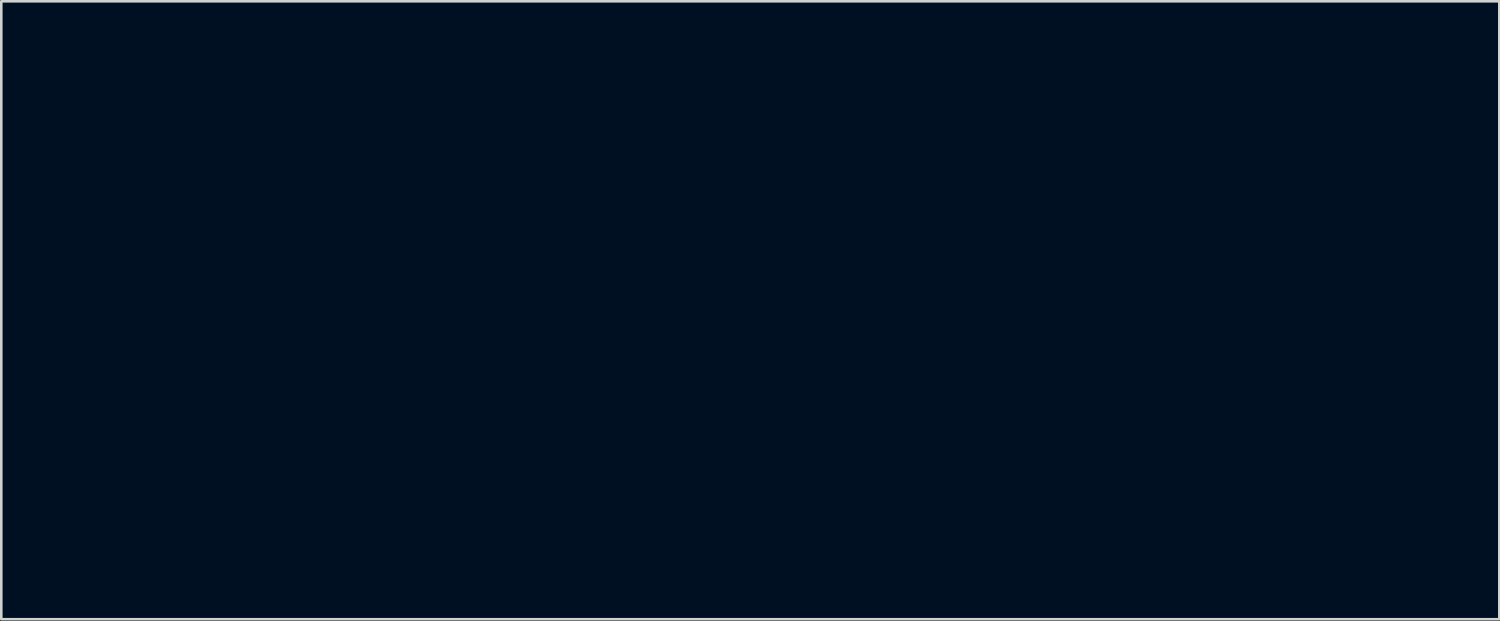
<source format=kicad_pcb>
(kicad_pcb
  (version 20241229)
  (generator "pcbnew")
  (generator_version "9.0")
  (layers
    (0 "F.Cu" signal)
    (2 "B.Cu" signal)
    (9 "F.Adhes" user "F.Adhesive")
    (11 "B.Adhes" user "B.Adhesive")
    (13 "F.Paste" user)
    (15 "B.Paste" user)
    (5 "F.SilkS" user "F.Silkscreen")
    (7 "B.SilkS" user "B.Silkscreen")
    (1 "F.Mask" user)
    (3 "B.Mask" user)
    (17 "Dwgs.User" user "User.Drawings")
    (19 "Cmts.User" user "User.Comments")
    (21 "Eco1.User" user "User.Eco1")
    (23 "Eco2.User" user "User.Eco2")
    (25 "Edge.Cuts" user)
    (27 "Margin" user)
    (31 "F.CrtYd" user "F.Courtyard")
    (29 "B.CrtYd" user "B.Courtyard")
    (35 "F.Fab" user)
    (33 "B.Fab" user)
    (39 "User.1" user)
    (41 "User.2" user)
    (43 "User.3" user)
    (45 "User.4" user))
  (footprint "love_5"
    (layer "F.Cu")
    (at 24.939 8.814)
    (property "Reference" "love_5" (at 0 0 0) (layer "F.Mask") (effects (font (size 1.524 1.524) (thickness 0.3))))
    (attr through_hole)
    (fp_poly (pts (xy -21.636 -5.193) (xy -21.566 -5.163) (xy -21.514 -5.072) (xy -21.514 -4.958) (xy -21.556 -4.877) (xy -21.651 -4.833) (xy -21.771 -4.833) (xy -21.872 -4.876) (xy -21.888 -4.892) (xy -21.924 -4.991) (xy -21.896 -5.095) (xy -21.819 -5.175) (xy -21.745 -5.199) (xy -21.636 -5.193)) (stroke (width 0.01) (type solid)) (fill yes) (layer "F.Mask"))
    (fp_poly (pts (xy -20.262 -5.298) (xy -20.155 -5.198) (xy -20.109 -5.047) (xy -20.108 -5.024) (xy -20.143 -4.876) (xy -20.234 -4.768) (xy -20.358 -4.709) (xy -20.496 -4.707) (xy -20.626 -4.772) (xy -20.651 -4.797) (xy -20.731 -4.933) (xy -20.736 -5.017) (xy -20.51 -5.017) (xy -20.484 -4.968) (xy -20.427 -4.933) (xy -20.377 -4.958) (xy -20.342 -5.016) (xy -20.367 -5.065) (xy -20.425 -5.1) (xy -20.474 -5.075) (xy -20.51 -5.017) (xy -20.736 -5.017) (xy -20.739 -5.075) (xy -20.685 -5.203) (xy -20.577 -5.296) (xy -20.425 -5.334) (xy -20.418 -5.334) (xy -20.262 -5.298)) (stroke (width 0.01) (type solid)) (fill yes) (layer "F.Mask"))
    (fp_poly (pts (xy -22.87 -5.296) (xy -22.756 -5.198) (xy -22.695 -5.065) (xy -22.691 -5.016) (xy -22.716 -4.917) (xy -22.778 -4.811) (xy -22.778 -4.811) (xy -22.897 -4.72) (xy -23.04 -4.697) (xy -23.18 -4.742) (xy -23.239 -4.792) (xy -23.317 -4.927) (xy -23.323 -5.021) (xy -23.092 -5.021) (xy -23.066 -4.967) (xy -23.006 -4.935) (xy -22.961 -4.966) (xy -22.954 -5.039) (xy -22.961 -5.061) (xy -22.994 -5.108) (xy -23.049 -5.081) (xy -23.052 -5.079) (xy -23.092 -5.021) (xy -23.323 -5.021) (xy -23.326 -5.069) (xy -23.273 -5.199) (xy -23.169 -5.294) (xy -23.023 -5.334) (xy -23.011 -5.334) (xy -22.87 -5.296)) (stroke (width 0.01) (type solid)) (fill yes) (layer "F.Mask"))
    (fp_poly (pts (xy 7.757 4.539) (xy 7.234 5.064) (xy 7.062 5.234) (xy 6.908 5.381) (xy 6.784 5.496) (xy 6.7 5.568) (xy 6.668 5.588) (xy 6.625 5.559) (xy 6.534 5.48) (xy 6.406 5.359) (xy 6.251 5.209) (xy 6.128 5.086) (xy 5.962 4.917) (xy 5.82 4.767) (xy 5.711 4.648) (xy 5.646 4.57) (xy 5.63 4.545) (xy 5.641 4.53) (xy 6.12 4.53) (xy 6.393 4.805) (xy 6.666 5.081) (xy 7.217 4.53) (xy 6.941 4.254) (xy 6.666 3.978) (xy 6.393 4.254) (xy 6.12 4.53) (xy 5.641 4.53) (xy 5.659 4.504) (xy 5.738 4.415) (xy 5.858 4.286) (xy 6.01 4.13) (xy 6.153 3.986) (xy 6.676 3.464) (xy 7.757 4.539)) (stroke (width 0.01) (type solid)) (fill yes) (layer "F.Mask"))
    (fp_poly (pts (xy 17.565 3.997) (xy 18.113 4.544) (xy 17.599 5.066) (xy 17.428 5.237) (xy 17.276 5.384) (xy 17.154 5.498) (xy 17.071 5.569) (xy 17.04 5.588) (xy 16.997 5.559) (xy 16.905 5.48) (xy 16.775 5.359) (xy 16.618 5.207) (xy 16.467 5.059) (xy 15.94 4.53) (xy 16.491 4.53) (xy 16.764 4.805) (xy 16.884 4.925) (xy 16.977 5.019) (xy 17.031 5.072) (xy 17.039 5.08) (xy 17.068 5.052) (xy 17.143 4.978) (xy 17.25 4.87) (xy 17.306 4.813) (xy 17.57 4.547) (xy 17.309 4.284) (xy 17.189 4.166) (xy 17.092 4.076) (xy 17.032 4.027) (xy 17.021 4.022) (xy 16.981 4.05) (xy 16.898 4.125) (xy 16.786 4.232) (xy 16.743 4.276) (xy 16.491 4.53) (xy 15.94 4.53) (xy 15.939 4.529) (xy 16.478 3.99) (xy 17.018 3.451) (xy 17.565 3.997)) (stroke (width 0.01) (type solid)) (fill yes) (layer "F.Mask"))
    (fp_poly (pts (xy 13.018 4.17) (xy 13.006 4.416) (xy 12.952 4.713) (xy 12.822 4.982) (xy 12.624 5.212) (xy 12.423 5.358) (xy 12.233 5.436) (xy 12.001 5.482) (xy 11.764 5.492) (xy 11.556 5.463) (xy 11.51 5.448) (xy 11.212 5.301) (xy 10.985 5.109) (xy 10.829 4.87) (xy 10.74 4.582) (xy 10.737 4.566) (xy 11.091 4.566) (xy 11.121 4.642) (xy 11.197 4.75) (xy 11.3 4.866) (xy 11.411 4.97) (xy 11.503 5.034) (xy 11.706 5.102) (xy 11.932 5.118) (xy 12.136 5.077) (xy 12.26 5.007) (xy 12.39 4.898) (xy 12.505 4.77) (xy 12.587 4.646) (xy 12.615 4.553) (xy 12.575 4.546) (xy 12.464 4.539) (xy 12.294 4.534) (xy 12.081 4.531) (xy 11.853 4.53) (xy 11.61 4.532) (xy 11.399 4.537) (xy 11.233 4.545) (xy 11.126 4.555) (xy 11.091 4.566) (xy 10.737 4.566) (xy 10.721 4.434) (xy 10.699 4.147) (xy 13.018 4.17)) (stroke (width 0.01) (type solid)) (fill yes) (layer "F.Mask"))
    (fp_poly (pts (xy -6.579 -8.757) (xy -6.086 -8.632) (xy -6.011 -8.605) (xy -5.612 -8.415) (xy -5.236 -8.154) (xy -4.898 -7.835) (xy -4.611 -7.473) (xy -4.389 -7.079) (xy -4.384 -7.068) (xy -4.196 -6.548) (xy -4.082 -5.992) (xy -4.04 -5.408) (xy -4.072 -4.802) (xy -4.176 -4.183) (xy -4.354 -3.556) (xy -4.388 -3.461) (xy -4.653 -2.832) (xy -5 -2.195) (xy -5.425 -1.551) (xy -5.927 -0.904) (xy -6.503 -0.256) (xy -7.15 0.389) (xy -7.866 1.028) (xy -8.649 1.659) (xy -8.863 1.821) (xy -9.28 2.134) (xy -9.185 2.211) (xy -9.081 2.286) (xy -8.916 2.392) (xy -8.705 2.52) (xy -8.462 2.663) (xy -8.203 2.812) (xy -7.942 2.959) (xy -7.693 3.094) (xy -7.47 3.211) (xy -7.426 3.233) (xy -6.873 3.494) (xy -6.36 3.705) (xy -5.865 3.873) (xy -5.366 4.007) (xy -5.292 4.024) (xy -5.202 4.036) (xy -5.041 4.049) (xy -4.819 4.062) (xy -4.548 4.076) (xy -4.238 4.09) (xy -3.9 4.103) (xy -3.546 4.116) (xy -3.187 4.127) (xy -2.833 4.137) (xy -2.496 4.146) (xy -2.186 4.152) (xy -1.915 4.155) (xy -1.694 4.156) (xy -1.534 4.154) (xy -1.446 4.148) (xy -1.439 4.146) (xy -1.378 4.122) (xy -1.34 4.07) (xy -1.316 3.969) (xy -1.303 3.877) (xy -1.194 3.342) (xy -1.006 2.818) (xy -0.744 2.312) (xy -0.415 1.832) (xy -0.024 1.384) (xy 0.425 0.977) (xy 0.924 0.618) (xy 1.314 0.392) (xy 1.478 0.308) (xy 1.629 0.235) (xy 1.74 0.186) (xy 1.757 0.18) (xy 1.871 0.138) (xy 2.02 0.081) (xy 2.107 0.049) (xy 2.599 -0.104) (xy 3.105 -0.199) (xy 3.603 -0.233) (xy 4.073 -0.204) (xy 4.13 -0.196) (xy 4.351 -0.164) (xy 4.635 -0.126) (xy 4.96 -0.086) (xy 5.303 -0.045) (xy 5.645 -0.007) (xy 5.962 0.027) (xy 6.233 0.053) (xy 6.35 0.063) (xy 6.533 0.078) (xy 6.764 0.097) (xy 7.007 0.118) (xy 7.133 0.13) (xy 7.365 0.147) (xy 7.668 0.166) (xy 8.029 0.185) (xy 8.435 0.205) (xy 8.871 0.223) (xy 9.325 0.241) (xy 9.783 0.257) (xy 10.231 0.271) (xy 10.656 0.282) (xy 11.046 0.291) (xy 11.385 0.295) (xy 11.578 0.296) (xy 11.877 0.294) (xy 12.234 0.288) (xy 12.637 0.279) (xy 13.072 0.266) (xy 13.525 0.252) (xy 13.983 0.235) (xy 14.433 0.217) (xy 14.861 0.198) (xy 15.254 0.179) (xy 15.598 0.16) (xy 15.879 0.141) (xy 16.023 0.13) (xy 16.259 0.11) (xy 16.508 0.089) (xy 16.732 0.071) (xy 16.828 0.064) (xy 17.15 0.036) (xy 17.541 -0.006) (xy 17.987 -0.058) (xy 18.474 -0.121) (xy 18.988 -0.192) (xy 19.024 -0.197) (xy 19.305 -0.237) (xy 19.521 -0.263) (xy 19.69 -0.279) (xy 19.831 -0.283) (xy 19.961 -0.279) (xy 20.101 -0.265) (xy 20.167 -0.257) (xy 20.873 -0.128) (xy 21.539 0.073) (xy 22.162 0.344) (xy 22.739 0.686) (xy 23.267 1.095) (xy 23.498 1.311) (xy 23.857 1.714) (xy 24.17 2.159) (xy 24.43 2.634) (xy 24.629 3.12) (xy 24.757 3.603) (xy 24.787 3.789) (xy 24.799 3.896) (xy 24.81 3.98) (xy 24.829 4.043) (xy 24.866 4.089) (xy 24.931 4.119) (xy 25.034 4.137) (xy 25.183 4.146) (xy 25.39 4.149) (xy 25.662 4.149) (xy 25.974 4.149) (xy 27.093 4.149) (xy 27.093 4.613) (xy 25.961 4.624) (xy 24.828 4.636) (xy 24.8 4.898) (xy 24.699 5.434) (xy 24.519 5.955) (xy 24.266 6.454) (xy 23.946 6.927) (xy 23.564 7.369) (xy 23.124 7.775) (xy 22.633 8.138) (xy 22.097 8.455) (xy 21.519 8.718) (xy 20.907 8.925) (xy 20.533 9.017) (xy 20.213 9.073) (xy 19.893 9.109) (xy 19.595 9.123) (xy 19.343 9.113) (xy 19.241 9.098) (xy 18.967 9.052) (xy 18.621 9.002) (xy 18.214 8.951) (xy 17.757 8.899) (xy 17.264 8.848) (xy 16.745 8.799) (xy 16.213 8.753) (xy 15.679 8.712) (xy 15.388 8.691) (xy 15.016 8.67) (xy 14.572 8.653) (xy 14.067 8.638) (xy 13.512 8.627) (xy 12.921 8.619) (xy 12.304 8.613) (xy 11.674 8.611) (xy 11.043 8.613) (xy 10.422 8.617) (xy 9.824 8.624) (xy 9.259 8.635) (xy 8.741 8.649) (xy 8.281 8.666) (xy 7.89 8.686) (xy 7.811 8.691) (xy 7.143 8.738) (xy 6.543 8.786) (xy 5.995 8.837) (xy 5.482 8.891) (xy 4.988 8.95) (xy 4.741 8.982) (xy 4.351 9.032) (xy 4.029 9.067) (xy 3.761 9.087) (xy 3.531 9.092) (xy 3.325 9.084) (xy 3.128 9.062) (xy 2.995 9.04) (xy 2.323 8.879) (xy 1.69 8.646) (xy 1.099 8.343) (xy 0.555 7.972) (xy 0.063 7.536) (xy 0.055 7.527) (xy -0.173 7.29) (xy -0.354 7.083) (xy -0.51 6.879) (xy -0.66 6.656) (xy -0.755 6.501) (xy -0.898 6.235) (xy -1.031 5.936) (xy -1.145 5.627) (xy -1.235 5.328) (xy -1.293 5.059) (xy -1.312 4.863) (xy -1.331 4.763) (xy -1.365 4.71) (xy -1.42 4.699) (xy -1.553 4.687) (xy -1.756 4.676) (xy -2.023 4.665) (xy -2.346 4.655) (xy -2.719 4.645) (xy -3.069 4.638) (xy -3.555 4.629) (xy -3.966 4.619) (xy -4.313 4.608) (xy -4.605 4.595) (xy -4.852 4.579) (xy -5.065 4.559) (xy -5.253 4.535) (xy -5.426 4.505) (xy -5.595 4.47) (xy -5.769 4.427) (xy -5.797 4.42) (xy -5.87 4.398) (xy -0.949 4.398) (xy -0.949 4.445) (xy -0.939 4.779) (xy -0.908 5.066) (xy -0.85 5.339) (xy -0.758 5.634) (xy -0.714 5.757) (xy -0.502 6.223) (xy -0.215 6.678) (xy 0.136 7.108) (xy 0.54 7.502) (xy 0.987 7.849) (xy 1.228 8.003) (xy 1.348 8.07) (xy 1.506 8.151) (xy 1.683 8.238) (xy 1.86 8.322) (xy 2.02 8.393) (xy 2.142 8.444) (xy 2.209 8.466) (xy 2.212 8.466) (xy 2.216 8.425) (xy 2.221 8.305) (xy 2.225 8.111) (xy 2.229 7.851) (xy 2.232 7.529) (xy 2.235 7.151) (xy 2.238 6.724) (xy 2.24 6.252) (xy 2.242 5.742) (xy 2.243 5.2) (xy 2.244 4.631) (xy 2.244 4.445) (xy 3.048 4.445) (xy 3.048 8.673) (xy 3.164 8.69) (xy 3.268 8.7) (xy 3.42 8.709) (xy 3.567 8.714) (xy 3.852 8.721) (xy 3.852 4.419) (xy 4.657 4.419) (xy 4.657 5.006) (xy 4.658 5.568) (xy 4.659 6.1) (xy 4.661 6.596) (xy 4.664 7.05) (xy 4.667 7.457) (xy 4.67 7.811) (xy 4.674 8.106) (xy 4.678 8.337) (xy 4.682 8.497) (xy 4.686 8.582) (xy 4.688 8.594) (xy 4.739 8.589) (xy 4.859 8.577) (xy 5.035 8.558) (xy 5.251 8.534) (xy 5.44 8.513) (xy 5.708 8.485) (xy 6.034 8.454) (xy 6.392 8.422) (xy 6.757 8.392) (xy 7.101 8.366) (xy 7.154 8.362) (xy 7.457 8.341) (xy 7.751 8.32) (xy 8.018 8.301) (xy 8.242 8.286) (xy 8.407 8.274) (xy 8.456 8.27) (xy 8.763 8.248) (xy 8.763 0.652) (xy 9.61 0.652) (xy 9.61 8.234) (xy 11.949 8.239) (xy 12.547 8.241) (xy 13.074 8.244) (xy 13.543 8.25) (xy 13.965 8.257) (xy 14.355 8.268) (xy 14.725 8.281) (xy 15.088 8.298) (xy 15.457 8.319) (xy 15.845 8.345) (xy 16.265 8.375) (xy 16.362 8.382) (xy 16.703 8.411) (xy 17.095 8.448) (xy 17.515 8.492) (xy 17.937 8.54) (xy 18.336 8.588) (xy 18.689 8.635) (xy 18.838 8.656) (xy 19.2 8.691) (xy 19.594 8.696) (xy 19.979 8.672) (xy 20.244 8.635) (xy 20.652 8.541) (xy 21.09 8.409) (xy 21.532 8.249) (xy 21.951 8.07) (xy 22.321 7.884) (xy 22.423 7.825) (xy 22.876 7.505) (xy 23.291 7.119) (xy 23.658 6.679) (xy 23.967 6.197) (xy 24.21 5.687) (xy 24.353 5.252) (xy 24.407 4.965) (xy 24.437 4.628) (xy 24.443 4.272) (xy 24.425 3.928) (xy 24.382 3.625) (xy 24.366 3.556) (xy 24.189 3.016) (xy 23.937 2.504) (xy 23.615 2.025) (xy 23.231 1.584) (xy 22.791 1.189) (xy 22.301 0.844) (xy 21.768 0.557) (xy 21.198 0.333) (xy 20.77 0.214) (xy 20.447 0.148) (xy 20.159 0.11) (xy 19.877 0.1) (xy 19.573 0.116) (xy 19.22 0.159) (xy 19.174 0.165) (xy 18.814 0.218) (xy 18.524 0.259) (xy 18.291 0.291) (xy 18.101 0.316) (xy 17.942 0.335) (xy 17.8 0.35) (xy 17.674 0.361) (xy 17.47 0.38) (xy 17.237 0.405) (xy 17.06 0.425) (xy 16.91 0.44) (xy 16.689 0.459) (xy 16.411 0.48) (xy 16.087 0.504) (xy 15.733 0.528) (xy 15.361 0.552) (xy 14.985 0.575) (xy 14.619 0.596) (xy 14.274 0.615) (xy 14.203 0.618) (xy 14.036 0.625) (xy 13.796 0.63) (xy 13.495 0.636) (xy 13.145 0.64) (xy 12.758 0.644) (xy 12.345 0.647) (xy 11.918 0.649) (xy 11.61 0.65) (xy 9.61 0.652) (xy 8.763 0.652) (xy 8.763 0.593) (xy 8.541 0.593) (xy 8.382 0.589) (xy 8.159 0.578) (xy 7.885 0.561) (xy 7.569 0.539) (xy 7.224 0.514) (xy 6.863 0.485) (xy 6.495 0.454) (xy 6.134 0.423) (xy 5.79 0.391) (xy 5.476 0.36) (xy 5.203 0.331) (xy 4.983 0.306) (xy 4.827 0.284) (xy 4.763 0.271) (xy 4.657 0.245) (xy 4.657 4.419) (xy 3.852 4.419) (xy 3.852 0.114) (xy 3.492 0.14) (xy 3.322 0.154) (xy 3.185 0.171) (xy 3.102 0.186) (xy 3.09 0.191) (xy 3.082 0.238) (xy 3.075 0.368) (xy 3.069 0.579) (xy 3.064 0.87) (xy 3.059 1.239) (xy 3.056 1.684) (xy 3.052 2.205) (xy 3.05 2.798) (xy 3.049 3.463) (xy 3.048 4.198) (xy 3.048 4.445) (xy 2.244 4.445) (xy 2.244 4.424) (xy 2.244 0.382) (xy 2.031 0.466) (xy 1.483 0.722) (xy 0.969 1.043) (xy 0.496 1.418) (xy 0.076 1.841) (xy -0.284 2.302) (xy -0.574 2.793) (xy -0.664 2.985) (xy -0.797 3.331) (xy -0.885 3.661) (xy -0.933 4.006) (xy -0.949 4.398) (xy -5.87 4.398) (xy -6.237 4.286) (xy -6.728 4.101) (xy -7.256 3.87) (xy -7.81 3.601) (xy -8.378 3.298) (xy -8.946 2.967) (xy -9.144 2.845) (xy -9.367 2.706) (xy -9.531 2.606) (xy -9.646 2.542) (xy -9.726 2.507) (xy -9.78 2.497) (xy -9.822 2.506) (xy -9.862 2.53) (xy -9.864 2.53) (xy -10.716 3.052) (xy -11.57 3.502) (xy -12.421 3.88) (xy -13.263 4.182) (xy -14.092 4.407) (xy -14.903 4.554) (xy -15.05 4.572) (xy -15.877 4.664) (xy -16.634 4.741) (xy -17.334 4.805) (xy -17.989 4.855) (xy -18.613 4.894) (xy -19.218 4.921) (xy -19.78 4.938) (xy -20.997 4.966) (xy -20.997 1.615) (xy -20.997 -1.736) (xy -22.691 -1.736) (xy -22.691 7.705) (xy -23.876 7.705) (xy -23.876 7.239) (xy -23.156 7.239) (xy -23.156 -1.736) (xy -24.934 -1.736) (xy -24.934 -3.175) (xy -24.469 -3.175) (xy -24.469 -2.201) (xy -19.008 -2.201) (xy -19.008 -3.175) (xy -24.469 -3.175) (xy -24.934 -3.175) (xy -24.934 -3.641) (xy -24.137 -3.641) (xy -23.669 -3.641) (xy -19.77 -3.641) (xy -19.77 -5.074) (xy -19.771 -5.425) (xy -19.774 -5.758) (xy -19.78 -6.061) (xy -19.787 -6.323) (xy -19.795 -6.531) (xy -19.805 -6.674) (xy -19.811 -6.726) (xy -19.918 -7.072) (xy -20.098 -7.399) (xy -20.341 -7.692) (xy -20.634 -7.938) (xy -20.892 -8.087) (xy -21.047 -8.157) (xy -21.18 -8.202) (xy -21.323 -8.228) (xy -21.507 -8.243) (xy -21.602 -8.247) (xy -21.823 -8.253) (xy -21.993 -8.244) (xy -22.143 -8.218) (xy -22.3 -8.173) (xy -22.662 -8.013) (xy -22.982 -7.784) (xy -23.25 -7.496) (xy -23.457 -7.159) (xy -23.538 -6.963) (xy -23.566 -6.883) (xy -23.588 -6.807) (xy -23.605 -6.727) (xy -23.619 -6.632) (xy -23.629 -6.512) (xy -23.637 -6.357) (xy -23.643 -6.158) (xy -23.648 -5.905) (xy -23.651 -5.588) (xy -23.655 -5.197) (xy -23.656 -5.154) (xy -23.669 -3.641) (xy -24.137 -3.641) (xy -24.119 -5.196) (xy -24.114 -5.606) (xy -24.109 -5.94) (xy -24.103 -6.209) (xy -24.096 -6.422) (xy -24.088 -6.588) (xy -24.077 -6.717) (xy -24.064 -6.818) (xy -24.047 -6.902) (xy -24.026 -6.977) (xy -24.014 -7.014) (xy -23.83 -7.447) (xy -23.581 -7.826) (xy -23.271 -8.147) (xy -22.904 -8.409) (xy -22.592 -8.562) (xy -22.415 -8.629) (xy -22.248 -8.671) (xy -22.058 -8.697) (xy -21.865 -8.71) (xy -21.53 -8.714) (xy -21.245 -8.685) (xy -20.979 -8.616) (xy -20.7 -8.502) (xy -20.607 -8.457) (xy -20.255 -8.237) (xy -19.945 -7.955) (xy -19.687 -7.625) (xy -19.491 -7.26) (xy -19.368 -6.873) (xy -19.349 -6.773) (xy -19.338 -6.664) (xy -19.328 -6.483) (xy -19.32 -6.242) (xy -19.313 -5.954) (xy -19.308 -5.63) (xy -19.305 -5.284) (xy -19.304 -5.069) (xy -19.304 -3.641) (xy -18.542 -3.641) (xy -18.542 -1.736) (xy -20.489 -1.736) (xy -20.489 1.361) (xy -20.489 4.458) (xy -19.59 4.43) (xy -18.891 4.401) (xy -18.155 4.359) (xy -17.405 4.304) (xy -16.661 4.24) (xy -15.945 4.168) (xy -15.279 4.089) (xy -14.901 4.037) (xy -14.072 3.879) (xy -13.24 3.643) (xy -12.4 3.325) (xy -11.549 2.926) (xy -11.515 2.909) (xy -11.304 2.798) (xy -11.083 2.677) (xy -10.865 2.553) (xy -10.662 2.435) (xy -10.486 2.329) (xy -10.35 2.242) (xy -10.267 2.183) (xy -10.246 2.161) (xy -10.279 2.128) (xy -10.367 2.062) (xy -10.491 1.975) (xy -10.532 1.948) (xy -11.432 1.299) (xy -12.268 0.597) (xy -13.041 -0.16) (xy -13.754 -0.977) (xy -14.409 -1.855) (xy -14.526 -2.027) (xy -14.918 -2.661) (xy -15.234 -3.283) (xy -15.474 -3.889) (xy -15.638 -4.478) (xy -15.726 -5.047) (xy -15.733 -5.4) (xy -15.218 -5.4) (xy -15.208 -5.084) (xy -15.18 -4.786) (xy -15.139 -4.552) (xy -14.964 -3.963) (xy -14.708 -3.354) (xy -14.374 -2.729) (xy -13.961 -2.089) (xy -13.472 -1.436) (xy -12.908 -0.773) (xy -12.688 -0.534) (xy -12.257 -0.09) (xy -11.826 0.315) (xy -11.379 0.696) (xy -10.894 1.072) (xy -10.354 1.456) (xy -10.206 1.556) (xy -9.766 1.854) (xy -9.444 1.617) (xy -9.267 1.485) (xy -9.056 1.325) (xy -8.845 1.164) (xy -8.742 1.084) (xy -8.003 0.477) (xy -7.324 -0.143) (xy -6.711 -0.772) (xy -6.169 -1.405) (xy -5.703 -2.034) (xy -5.527 -2.304) (xy -5.181 -2.909) (xy -4.915 -3.498) (xy -4.723 -4.08) (xy -4.605 -4.663) (xy -4.558 -5.256) (xy -4.556 -5.355) (xy -4.587 -5.909) (xy -4.682 -6.41) (xy -4.842 -6.857) (xy -5.065 -7.25) (xy -5.351 -7.588) (xy -5.701 -7.869) (xy -6.112 -8.093) (xy -6.31 -8.172) (xy -6.429 -8.212) (xy -6.544 -8.24) (xy -6.674 -8.257) (xy -6.838 -8.268) (xy -7.055 -8.272) (xy -7.218 -8.274) (xy -7.48 -8.273) (xy -7.678 -8.267) (xy -7.833 -8.254) (xy -7.966 -8.232) (xy -8.098 -8.199) (xy -8.17 -8.177) (xy -8.463 -8.07) (xy -8.759 -7.934) (xy -9.033 -7.782) (xy -9.257 -7.629) (xy -9.31 -7.586) (xy -9.496 -7.425) (xy -9.319 -7.127) (xy -9.22 -6.941) (xy -9.115 -6.717) (xy -9.024 -6.496) (xy -9.008 -6.452) (xy -8.942 -6.251) (xy -8.901 -6.084) (xy -8.88 -5.915) (xy -8.872 -5.706) (xy -8.872 -5.652) (xy -8.873 -5.444) (xy -8.883 -5.297) (xy -8.905 -5.186) (xy -8.944 -5.086) (xy -8.968 -5.038) (xy -9.046 -4.903) (xy -9.129 -4.784) (xy -9.159 -4.748) (xy -9.35 -4.599) (xy -9.584 -4.512) (xy -9.839 -4.49) (xy -10.095 -4.539) (xy -10.167 -4.566) (xy -10.329 -4.664) (xy -10.5 -4.813) (xy -10.653 -4.985) (xy -10.762 -5.155) (xy -10.777 -5.187) (xy -10.815 -5.337) (xy -10.833 -5.541) (xy -10.833 -5.567) (xy -10.339 -5.567) (xy -10.298 -5.376) (xy -10.265 -5.313) (xy -10.123 -5.146) (xy -9.961 -5.039) (xy -9.794 -4.997) (xy -9.636 -5.027) (xy -9.582 -5.057) (xy -9.46 -5.193) (xy -9.385 -5.389) (xy -9.36 -5.634) (xy -9.386 -5.916) (xy -9.421 -6.077) (xy -9.49 -6.297) (xy -9.581 -6.533) (xy -9.682 -6.749) (xy -9.764 -6.894) (xy -9.813 -6.961) (xy -9.848 -6.96) (xy -9.883 -6.915) (xy -10.051 -6.641) (xy -10.184 -6.355) (xy -10.279 -6.071) (xy -10.331 -5.804) (xy -10.339 -5.567) (xy -10.833 -5.567) (xy -10.833 -5.772) (xy -10.814 -6.001) (xy -10.776 -6.2) (xy -10.769 -6.226) (xy -10.705 -6.406) (xy -10.613 -6.623) (xy -10.505 -6.849) (xy -10.394 -7.059) (xy -10.293 -7.225) (xy -10.26 -7.271) (xy -10.2 -7.366) (xy -10.177 -7.435) (xy -10.179 -7.448) (xy -10.237 -7.507) (xy -10.349 -7.597) (xy -10.495 -7.704) (xy -10.658 -7.815) (xy -10.819 -7.918) (xy -10.958 -7.998) (xy -10.979 -8.008) (xy -11.391 -8.172) (xy -11.838 -8.271) (xy -12.299 -8.303) (xy -12.757 -8.268) (xy -13.192 -8.166) (xy -13.339 -8.112) (xy -13.781 -7.892) (xy -14.181 -7.609) (xy -14.529 -7.274) (xy -14.818 -6.895) (xy -15.038 -6.481) (xy -15.139 -6.202) (xy -15.184 -5.984) (xy -15.21 -5.708) (xy -15.218 -5.4) (xy -15.733 -5.4) (xy -15.737 -5.594) (xy -15.671 -6.116) (xy -15.528 -6.611) (xy -15.307 -7.076) (xy -15.193 -7.259) (xy -14.883 -7.65) (xy -14.508 -8.003) (xy -14.08 -8.306) (xy -13.68 -8.518) (xy -13.197 -8.692) (xy -12.69 -8.789) (xy -12.168 -8.808) (xy -11.642 -8.75) (xy -11.121 -8.614) (xy -10.974 -8.56) (xy -10.778 -8.47) (xy -10.553 -8.346) (xy -10.326 -8.203) (xy -10.126 -8.06) (xy -9.991 -7.945) (xy -9.842 -7.802) (xy -9.551 -8.03) (xy -9.118 -8.317) (xy -8.643 -8.54) (xy -8.139 -8.698) (xy -7.619 -8.789) (xy -7.095 -8.809) (xy -6.579 -8.757)) (stroke (width 0.01) (type solid)) (fill yes) (layer "F.Mask")))
  (gr_rect
    (start -3 -3)
    (end 55.038 20.942)
    (stroke (width 0.1) (type default))
    (fill no)
    (layer "Edge.Cuts")))
</source>
